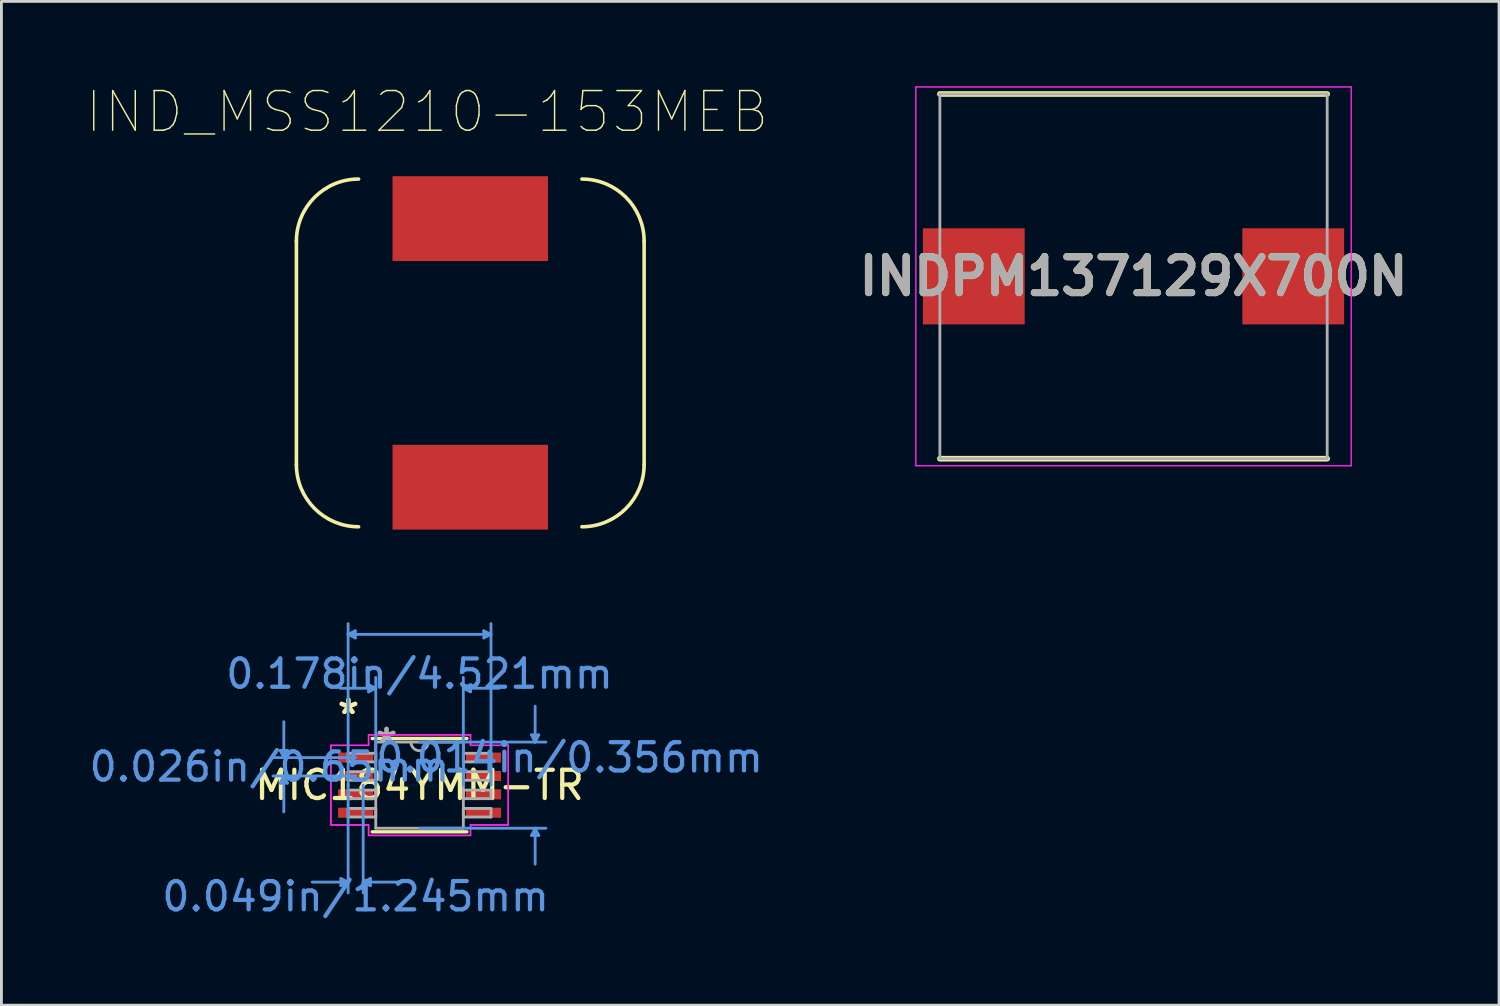
<source format=kicad_pcb>
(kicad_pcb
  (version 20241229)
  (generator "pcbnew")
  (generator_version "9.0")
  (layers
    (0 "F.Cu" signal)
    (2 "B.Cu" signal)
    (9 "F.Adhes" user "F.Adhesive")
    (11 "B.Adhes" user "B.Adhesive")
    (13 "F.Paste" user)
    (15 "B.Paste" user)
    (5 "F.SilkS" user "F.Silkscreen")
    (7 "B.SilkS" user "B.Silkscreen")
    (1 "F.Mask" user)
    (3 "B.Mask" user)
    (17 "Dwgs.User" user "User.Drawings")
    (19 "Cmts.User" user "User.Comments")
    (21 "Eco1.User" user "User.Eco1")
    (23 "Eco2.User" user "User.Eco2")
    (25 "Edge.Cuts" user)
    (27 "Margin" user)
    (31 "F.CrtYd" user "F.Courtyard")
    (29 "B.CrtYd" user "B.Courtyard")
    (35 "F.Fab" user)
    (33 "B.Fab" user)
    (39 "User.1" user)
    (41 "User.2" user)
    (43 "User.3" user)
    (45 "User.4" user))
  (footprint "IND_MSS1210-153MEB"
    (layer "F.Cu")
    (at 13.585 9.434)
    (property "Reference" "IND_MSS1210-153MEB" (at -1.527 -8.525 180) (layer "F.SilkS") (effects (font (size 1.403 1.403) (thickness 0.05))))
    (attr smd)
    (fp_line (start -6.15 3.95) (end -6.15 -3.95) (stroke (width 0.127) (type solid)) (layer "F.SilkS"))
    (fp_line (start 6.15 -3.95) (end 6.15 3.95) (stroke (width 0.127) (type solid)) (layer "F.SilkS"))
    (fp_arc (start -6.15 -3.95) (mid -5.505635 -5.505635) (end -3.95 -6.15) (stroke (width 0.127) (type solid)) (layer "F.SilkS"))
    (fp_arc (start -3.95 6.15) (mid -5.505635 5.505635) (end -6.15 3.95) (stroke (width 0.127) (type solid)) (layer "F.SilkS"))
    (fp_arc (start 3.95 -6.15) (mid 5.505635 -5.505635) (end 6.15 -3.95) (stroke (width 0.127) (type solid)) (layer "F.SilkS"))
    (fp_arc (start 6.15 3.95) (mid 5.505635 5.505635) (end 3.95 6.15) (stroke (width 0.127) (type solid)) (layer "F.SilkS"))
    (fp_line (start -6.4 -6.5) (end -6.4 6.5) (stroke (width 0.05) (type solid)) (layer "Eco1.User"))
    (fp_line (start -6.4 6.5) (end 6.4 6.5) (stroke (width 0.05) (type solid)) (layer "Eco1.User"))
    (fp_line (start 6.4 -6.5) (end -6.4 -6.5) (stroke (width 0.05) (type solid)) (layer "Eco1.User"))
    (fp_line (start 6.4 6.5) (end 6.4 -6.5) (stroke (width 0.05) (type solid)) (layer "Eco1.User"))
    (fp_line (start -6.15 3.95) (end -6.15 -3.95) (stroke (width 0.127) (type solid)) (layer "Eco2.User"))
    (fp_line (start -3.95 -6.15) (end 3.95 -6.15) (stroke (width 0.127) (type solid)) (layer "Eco2.User"))
    (fp_line (start 3.95 6.15) (end -3.95 6.15) (stroke (width 0.127) (type solid)) (layer "Eco2.User"))
    (fp_line (start 6.15 -3.95) (end 6.15 3.95) (stroke (width 0.127) (type solid)) (layer "Eco2.User"))
    (fp_arc (start -6.15 -3.95) (mid -5.505635 -5.505635) (end -3.95 -6.15) (stroke (width 0.127) (type solid)) (layer "Eco2.User"))
    (fp_arc (start -3.95 6.15) (mid -5.505635 5.505635) (end -6.15 3.95) (stroke (width 0.127) (type solid)) (layer "Eco2.User"))
    (fp_arc (start 3.95 -6.15) (mid 5.505635 -5.505635) (end 6.15 -3.95) (stroke (width 0.127) (type solid)) (layer "Eco2.User"))
    (fp_arc (start 6.15 3.95) (mid 5.505635 5.505635) (end 3.95 6.15) (stroke (width 0.127) (type solid)) (layer "Eco2.User"))
    (pad "1" smd rect (at 0 -4.75) (size 5.5 3) (layers "F.Cu" "F.Paste"))
    (pad "2" smd rect (at 0 4.75) (size 5.5 3) (layers "F.Cu" "F.Paste")))
  (footprint "INDPM137129X700N"
    (layer "F.Cu")
    (at 37.047 6.725)
    (property "Reference" "INDPM137129X700N" (at 0 0 0) (layer "F.SilkS") (effects (font (size 1.27 1.27) (thickness 0.254))))
    (attr smd)
    (fp_line (start -6.85 6.45) (end 6.85 6.45) (stroke (width 0.2) (type solid)) (layer "F.SilkS"))
    (fp_line (start 6.85 -6.45) (end -6.85 -6.45) (stroke (width 0.2) (type solid)) (layer "F.SilkS"))
    (fp_line (start -7.7 -6.7) (end 7.7 -6.7) (stroke (width 0.05) (type solid)) (layer "F.CrtYd"))
    (fp_line (start -7.7 6.7) (end -7.7 -6.7) (stroke (width 0.05) (type solid)) (layer "F.CrtYd"))
    (fp_line (start 7.7 -6.7) (end 7.7 6.7) (stroke (width 0.05) (type solid)) (layer "F.CrtYd"))
    (fp_line (start 7.7 6.7) (end -7.7 6.7) (stroke (width 0.05) (type solid)) (layer "F.CrtYd"))
    (fp_line (start -6.85 -6.45) (end 6.85 -6.45) (stroke (width 0.1) (type solid)) (layer "F.Fab"))
    (fp_line (start -6.85 6.45) (end -6.85 -6.45) (stroke (width 0.1) (type solid)) (layer "F.Fab"))
    (fp_line (start 6.85 -6.45) (end 6.85 6.45) (stroke (width 0.1) (type solid)) (layer "F.Fab"))
    (fp_line (start 6.85 6.45) (end -6.85 6.45) (stroke (width 0.1) (type solid)) (layer "F.Fab"))
    (fp_text user "${REFERENCE}" (at 0 0 0) (layer "F.Fab") (effects (font (size 1.27 1.27) (thickness 0.254))))
    (pad "1" smd rect (at -5.65 0 90) (size 3.4 3.6) (layers "F.Cu" "F.Mask" "F.Paste"))
    (pad "2" smd rect (at 5.65 0 90) (size 3.4 3.6) (layers "F.Cu" "F.Mask" "F.Paste")))
  (footprint "MIC184YMM-TR"
    (layer "F.Cu")
    (at 11.791 24.724)
    (property "Reference" "MIC184YMM-TR" (at 0 0 0) (layer "F.SilkS") (effects (font (size 1 1) (thickness 0.15))))
    (attr through_hole)
    (fp_line (start -1.676 1.651) (end 1.676 1.651) (stroke (width 0.12) (type solid)) (layer "F.SilkS"))
    (fp_line (start 1.676 -1.651) (end -1.676 -1.651) (stroke (width 0.12) (type solid)) (layer "F.SilkS"))
    (fp_line (start -4.928 -1.229) (end -4.674 -1.229) (stroke (width 0.1) (type solid)) (layer "Cmts.User"))
    (fp_line (start -4.928 -0.071) (end -4.674 -0.071) (stroke (width 0.1) (type solid)) (layer "Cmts.User"))
    (fp_line (start -4.801 -0.975) (end -4.928 -1.229) (stroke (width 0.1) (type solid)) (layer "Cmts.User"))
    (fp_line (start -4.801 -0.975) (end -4.801 -2.245) (stroke (width 0.1) (type solid)) (layer "Cmts.User"))
    (fp_line (start -4.801 -0.975) (end -4.674 -1.229) (stroke (width 0.1) (type solid)) (layer "Cmts.User"))
    (fp_line (start -4.801 -0.325) (end -4.928 -0.071) (stroke (width 0.1) (type solid)) (layer "Cmts.User"))
    (fp_line (start -4.801 -0.325) (end -4.801 0.945) (stroke (width 0.1) (type solid)) (layer "Cmts.User"))
    (fp_line (start -4.801 -0.325) (end -4.674 -0.071) (stroke (width 0.1) (type solid)) (layer "Cmts.User"))
    (fp_line (start -2.781 3.302) (end -2.781 3.556) (stroke (width 0.1) (type solid)) (layer "Cmts.User"))
    (fp_line (start -2.527 -5.334) (end -2.273 -5.461) (stroke (width 0.1) (type solid)) (layer "Cmts.User"))
    (fp_line (start -2.527 -5.334) (end -2.273 -5.207) (stroke (width 0.1) (type solid)) (layer "Cmts.User"))
    (fp_line (start -2.527 -5.334) (end 2.527 -5.334) (stroke (width 0.1) (type solid)) (layer "Cmts.User"))
    (fp_line (start -2.527 0) (end -2.527 -5.715) (stroke (width 0.1) (type solid)) (layer "Cmts.User"))
    (fp_line (start -2.527 0) (end -2.527 3.81) (stroke (width 0.1) (type solid)) (layer "Cmts.User"))
    (fp_line (start -2.527 3.429) (end -3.797 3.429) (stroke (width 0.1) (type solid)) (layer "Cmts.User"))
    (fp_line (start -2.527 3.429) (end -2.781 3.302) (stroke (width 0.1) (type solid)) (layer "Cmts.User"))
    (fp_line (start -2.527 3.429) (end -2.781 3.556) (stroke (width 0.1) (type solid)) (layer "Cmts.User"))
    (fp_line (start -2.273 -5.461) (end -2.273 -5.207) (stroke (width 0.1) (type solid)) (layer "Cmts.User"))
    (fp_line (start -2.261 -0.975) (end -5.182 -0.975) (stroke (width 0.1) (type solid)) (layer "Cmts.User"))
    (fp_line (start -2.261 -0.325) (end -5.182 -0.325) (stroke (width 0.1) (type solid)) (layer "Cmts.User"))
    (fp_line (start -1.994 0) (end -1.994 3.81) (stroke (width 0.1) (type solid)) (layer "Cmts.User"))
    (fp_line (start -1.994 3.429) (end -1.74 3.302) (stroke (width 0.1) (type solid)) (layer "Cmts.User"))
    (fp_line (start -1.994 3.429) (end -1.74 3.556) (stroke (width 0.1) (type solid)) (layer "Cmts.User"))
    (fp_line (start -1.994 3.429) (end -0.724 3.429) (stroke (width 0.1) (type solid)) (layer "Cmts.User"))
    (fp_line (start -1.803 -3.556) (end -1.803 -3.302) (stroke (width 0.1) (type solid)) (layer "Cmts.User"))
    (fp_line (start -1.74 3.302) (end -1.74 3.556) (stroke (width 0.1) (type solid)) (layer "Cmts.User"))
    (fp_line (start -1.549 -3.429) (end -2.819 -3.429) (stroke (width 0.1) (type solid)) (layer "Cmts.User"))
    (fp_line (start -1.549 -3.429) (end -1.803 -3.556) (stroke (width 0.1) (type solid)) (layer "Cmts.User"))
    (fp_line (start -1.549 -3.429) (end -1.803 -3.302) (stroke (width 0.1) (type solid)) (layer "Cmts.User"))
    (fp_line (start -1.549 0) (end -1.549 -3.81) (stroke (width 0.1) (type solid)) (layer "Cmts.User"))
    (fp_line (start 0 -1.524) (end 4.47 -1.524) (stroke (width 0.1) (type solid)) (layer "Cmts.User"))
    (fp_line (start 0 1.524) (end 4.47 1.524) (stroke (width 0.1) (type solid)) (layer "Cmts.User"))
    (fp_line (start 1.549 -3.429) (end 1.803 -3.556) (stroke (width 0.1) (type solid)) (layer "Cmts.User"))
    (fp_line (start 1.549 -3.429) (end 1.803 -3.302) (stroke (width 0.1) (type solid)) (layer "Cmts.User"))
    (fp_line (start 1.549 -3.429) (end 2.819 -3.429) (stroke (width 0.1) (type solid)) (layer "Cmts.User"))
    (fp_line (start 1.549 0) (end 1.549 -3.81) (stroke (width 0.1) (type solid)) (layer "Cmts.User"))
    (fp_line (start 1.803 -3.556) (end 1.803 -3.302) (stroke (width 0.1) (type solid)) (layer "Cmts.User"))
    (fp_line (start 2.273 -5.461) (end 2.273 -5.207) (stroke (width 0.1) (type solid)) (layer "Cmts.User"))
    (fp_line (start 2.527 -5.334) (end 2.273 -5.461) (stroke (width 0.1) (type solid)) (layer "Cmts.User"))
    (fp_line (start 2.527 -5.334) (end 2.273 -5.207) (stroke (width 0.1) (type solid)) (layer "Cmts.User"))
    (fp_line (start 2.527 0) (end 2.527 -5.715) (stroke (width 0.1) (type solid)) (layer "Cmts.User"))
    (fp_line (start 3.962 -1.778) (end 4.216 -1.778) (stroke (width 0.1) (type solid)) (layer "Cmts.User"))
    (fp_line (start 3.962 1.778) (end 4.216 1.778) (stroke (width 0.1) (type solid)) (layer "Cmts.User"))
    (fp_line (start 4.089 -1.524) (end 3.962 -1.778) (stroke (width 0.1) (type solid)) (layer "Cmts.User"))
    (fp_line (start 4.089 -1.524) (end 4.089 -2.794) (stroke (width 0.1) (type solid)) (layer "Cmts.User"))
    (fp_line (start 4.089 -1.524) (end 4.216 -1.778) (stroke (width 0.1) (type solid)) (layer "Cmts.User"))
    (fp_line (start 4.089 1.524) (end 3.962 1.778) (stroke (width 0.1) (type solid)) (layer "Cmts.User"))
    (fp_line (start 4.089 1.524) (end 4.089 2.794) (stroke (width 0.1) (type solid)) (layer "Cmts.User"))
    (fp_line (start 4.089 1.524) (end 4.216 1.778) (stroke (width 0.1) (type solid)) (layer "Cmts.User"))
    (fp_line (start -3.137 -1.407) (end -1.803 -1.407) (stroke (width 0.05) (type solid)) (layer "F.CrtYd"))
    (fp_line (start -3.137 -1.407) (end -1.803 -1.407) (stroke (width 0.05) (type solid)) (layer "F.CrtYd"))
    (fp_line (start -3.137 1.407) (end -3.137 -1.407) (stroke (width 0.05) (type solid)) (layer "F.CrtYd"))
    (fp_line (start -3.137 1.407) (end -3.137 -1.407) (stroke (width 0.05) (type solid)) (layer "F.CrtYd"))
    (fp_line (start -3.137 1.407) (end -1.803 1.407) (stroke (width 0.05) (type solid)) (layer "F.CrtYd"))
    (fp_line (start -1.803 -1.778) (end 1.803 -1.778) (stroke (width 0.05) (type solid)) (layer "F.CrtYd"))
    (fp_line (start -1.803 -1.778) (end 1.803 -1.778) (stroke (width 0.05) (type solid)) (layer "F.CrtYd"))
    (fp_line (start -1.803 -1.407) (end -1.803 -1.778) (stroke (width 0.05) (type solid)) (layer "F.CrtYd"))
    (fp_line (start -1.803 -1.407) (end -1.803 -1.778) (stroke (width 0.05) (type solid)) (layer "F.CrtYd"))
    (fp_line (start -1.803 1.407) (end -3.137 1.407) (stroke (width 0.05) (type solid)) (layer "F.CrtYd"))
    (fp_line (start -1.803 1.778) (end -1.803 1.407) (stroke (width 0.05) (type solid)) (layer "F.CrtYd"))
    (fp_line (start -1.803 1.778) (end -1.803 1.407) (stroke (width 0.05) (type solid)) (layer "F.CrtYd"))
    (fp_line (start 1.803 -1.778) (end 1.803 -1.407) (stroke (width 0.05) (type solid)) (layer "F.CrtYd"))
    (fp_line (start 1.803 -1.778) (end 1.803 -1.407) (stroke (width 0.05) (type solid)) (layer "F.CrtYd"))
    (fp_line (start 1.803 -1.407) (end 3.137 -1.407) (stroke (width 0.05) (type solid)) (layer "F.CrtYd"))
    (fp_line (start 1.803 1.407) (end 1.803 1.778) (stroke (width 0.05) (type solid)) (layer "F.CrtYd"))
    (fp_line (start 1.803 1.407) (end 1.803 1.778) (stroke (width 0.05) (type solid)) (layer "F.CrtYd"))
    (fp_line (start 1.803 1.778) (end -1.803 1.778) (stroke (width 0.05) (type solid)) (layer "F.CrtYd"))
    (fp_line (start 1.803 1.778) (end -1.803 1.778) (stroke (width 0.05) (type solid)) (layer "F.CrtYd"))
    (fp_line (start 3.137 -1.407) (end 1.803 -1.407) (stroke (width 0.05) (type solid)) (layer "F.CrtYd"))
    (fp_line (start 3.137 -1.407) (end 3.137 1.407) (stroke (width 0.05) (type solid)) (layer "F.CrtYd"))
    (fp_line (start 3.137 -1.407) (end 3.137 1.407) (stroke (width 0.05) (type solid)) (layer "F.CrtYd"))
    (fp_line (start 3.137 1.407) (end 1.803 1.407) (stroke (width 0.05) (type solid)) (layer "F.CrtYd"))
    (fp_line (start 3.137 1.407) (end 1.803 1.407) (stroke (width 0.05) (type solid)) (layer "F.CrtYd"))
    (fp_line (start -2.527 -1.127) (end -2.527 -0.823) (stroke (width 0.1) (type solid)) (layer "F.Fab"))
    (fp_line (start -2.527 -0.823) (end -1.549 -0.823) (stroke (width 0.1) (type solid)) (layer "F.Fab"))
    (fp_line (start -2.527 -0.477) (end -2.527 -0.173) (stroke (width 0.1) (type solid)) (layer "F.Fab"))
    (fp_line (start -2.527 -0.173) (end -1.549 -0.173) (stroke (width 0.1) (type solid)) (layer "F.Fab"))
    (fp_line (start -2.527 0.173) (end -2.527 0.477) (stroke (width 0.1) (type solid)) (layer "F.Fab"))
    (fp_line (start -2.527 0.477) (end -1.549 0.477) (stroke (width 0.1) (type solid)) (layer "F.Fab"))
    (fp_line (start -2.527 0.823) (end -2.527 1.127) (stroke (width 0.1) (type solid)) (layer "F.Fab"))
    (fp_line (start -2.527 1.127) (end -1.549 1.127) (stroke (width 0.1) (type solid)) (layer "F.Fab"))
    (fp_line (start -1.549 -1.524) (end -1.549 1.524) (stroke (width 0.1) (type solid)) (layer "F.Fab"))
    (fp_line (start -1.549 -1.127) (end -2.527 -1.127) (stroke (width 0.1) (type solid)) (layer "F.Fab"))
    (fp_line (start -1.549 -0.823) (end -1.549 -1.127) (stroke (width 0.1) (type solid)) (layer "F.Fab"))
    (fp_line (start -1.549 -0.477) (end -2.527 -0.477) (stroke (width 0.1) (type solid)) (layer "F.Fab"))
    (fp_line (start -1.549 -0.173) (end -1.549 -0.477) (stroke (width 0.1) (type solid)) (layer "F.Fab"))
    (fp_line (start -1.549 0.173) (end -2.527 0.173) (stroke (width 0.1) (type solid)) (layer "F.Fab"))
    (fp_line (start -1.549 0.477) (end -1.549 0.173) (stroke (width 0.1) (type solid)) (layer "F.Fab"))
    (fp_line (start -1.549 0.823) (end -2.527 0.823) (stroke (width 0.1) (type solid)) (layer "F.Fab"))
    (fp_line (start -1.549 1.127) (end -1.549 0.823) (stroke (width 0.1) (type solid)) (layer "F.Fab"))
    (fp_line (start -1.549 1.524) (end 1.549 1.524) (stroke (width 0.1) (type solid)) (layer "F.Fab"))
    (fp_line (start 1.549 -1.524) (end -1.549 -1.524) (stroke (width 0.1) (type solid)) (layer "F.Fab"))
    (fp_line (start 1.549 -1.127) (end 1.549 -0.823) (stroke (width 0.1) (type solid)) (layer "F.Fab"))
    (fp_line (start 1.549 -0.823) (end 2.527 -0.823) (stroke (width 0.1) (type solid)) (layer "F.Fab"))
    (fp_line (start 1.549 -0.477) (end 1.549 -0.173) (stroke (width 0.1) (type solid)) (layer "F.Fab"))
    (fp_line (start 1.549 -0.173) (end 2.527 -0.173) (stroke (width 0.1) (type solid)) (layer "F.Fab"))
    (fp_line (start 1.549 0.173) (end 1.549 0.477) (stroke (width 0.1) (type solid)) (layer "F.Fab"))
    (fp_line (start 1.549 0.477) (end 2.527 0.477) (stroke (width 0.1) (type solid)) (layer "F.Fab"))
    (fp_line (start 1.549 0.823) (end 1.549 1.127) (stroke (width 0.1) (type solid)) (layer "F.Fab"))
    (fp_line (start 1.549 1.127) (end 2.527 1.127) (stroke (width 0.1) (type solid)) (layer "F.Fab"))
    (fp_line (start 1.549 1.524) (end 1.549 -1.524) (stroke (width 0.1) (type solid)) (layer "F.Fab"))
    (fp_line (start 2.527 -1.127) (end 1.549 -1.127) (stroke (width 0.1) (type solid)) (layer "F.Fab"))
    (fp_line (start 2.527 -0.823) (end 2.527 -1.127) (stroke (width 0.1) (type solid)) (layer "F.Fab"))
    (fp_line (start 2.527 -0.477) (end 1.549 -0.477) (stroke (width 0.1) (type solid)) (layer "F.Fab"))
    (fp_line (start 2.527 -0.173) (end 2.527 -0.477) (stroke (width 0.1) (type solid)) (layer "F.Fab"))
    (fp_line (start 2.527 0.173) (end 1.549 0.173) (stroke (width 0.1) (type solid)) (layer "F.Fab"))
    (fp_line (start 2.527 0.477) (end 2.527 0.173) (stroke (width 0.1) (type solid)) (layer "F.Fab"))
    (fp_line (start 2.527 0.823) (end 1.549 0.823) (stroke (width 0.1) (type solid)) (layer "F.Fab"))
    (fp_line (start 2.527 1.127) (end 2.527 0.823) (stroke (width 0.1) (type solid)) (layer "F.Fab"))
    (fp_arc (start 0.3048 -1.524) (mid 0 -1.2192) (end -0.3048 -1.524) (stroke (width 0.1) (type solid)) (layer "F.Fab"))
    (fp_text user "*" (at -2.515 -2.474 0) (layer "F.SilkS") (effects (font (size 1 1) (thickness 0.15))))
    (fp_text user "*" (at -2.515 -2.474 0) (layer "F.SilkS") (effects (font (size 1 1) (thickness 0.15))))
    (fp_text user "Copyright 2021 Accelerated Designs. All rights reserved." (at 0 0 0) (layer "Cmts.User") (effects (font (size 0.127 0.127) (thickness 0.002))))
    (fp_text user "0.014in/0.356mm" (at 5.309 -0.975 0) (layer "Cmts.User") (effects (font (size 1 1) (thickness 0.15))))
    (fp_text user "0.026in/0.65mm" (at -5.309 -0.65 0) (layer "Cmts.User") (effects (font (size 1 1) (thickness 0.15))))
    (fp_text user "0.049in/1.245mm" (at -2.261 3.937 0) (layer "Cmts.User") (effects (font (size 1 1) (thickness 0.15))))
    (fp_text user "0.178in/4.521mm" (at 0 -3.937 0) (layer "Cmts.User") (effects (font (size 1 1) (thickness 0.15))))
    (fp_text user "*" (at -1.168 -1.448 0) (layer "F.Fab") (effects (font (size 1 1) (thickness 0.15))))
    (fp_text user "*" (at -1.168 -1.448 0) (layer "F.Fab") (effects (font (size 1 1) (thickness 0.15))))
    (pad "1" smd rect (at -2.261 -0.975) (size 1.245 0.356) (layers "F.Cu" "F.Mask" "F.Paste"))
    (pad "2" smd rect (at -2.261 -0.325) (size 1.245 0.356) (layers "F.Cu" "F.Mask" "F.Paste"))
    (pad "3" smd rect (at -2.261 0.325) (size 1.245 0.356) (layers "F.Cu" "F.Mask" "F.Paste"))
    (pad "4" smd rect (at -2.261 0.975) (size 1.245 0.356) (layers "F.Cu" "F.Mask" "F.Paste"))
    (pad "5" smd rect (at 2.261 0.975) (size 1.245 0.356) (layers "F.Cu" "F.Mask" "F.Paste"))
    (pad "6" smd rect (at 2.261 0.325) (size 1.245 0.356) (layers "F.Cu" "F.Mask" "F.Paste"))
    (pad "7" smd rect (at 2.261 -0.325) (size 1.245 0.356) (layers "F.Cu" "F.Mask" "F.Paste"))
    (pad "8" smd rect (at 2.261 -0.975) (size 1.245 0.356) (layers "F.Cu" "F.Mask" "F.Paste")))
  (gr_rect
    (start -3 -3)
    (end 49.977 32.509)
    (stroke (width 0.1) (type default))
    (fill no)
    (layer "Edge.Cuts")))
</source>
